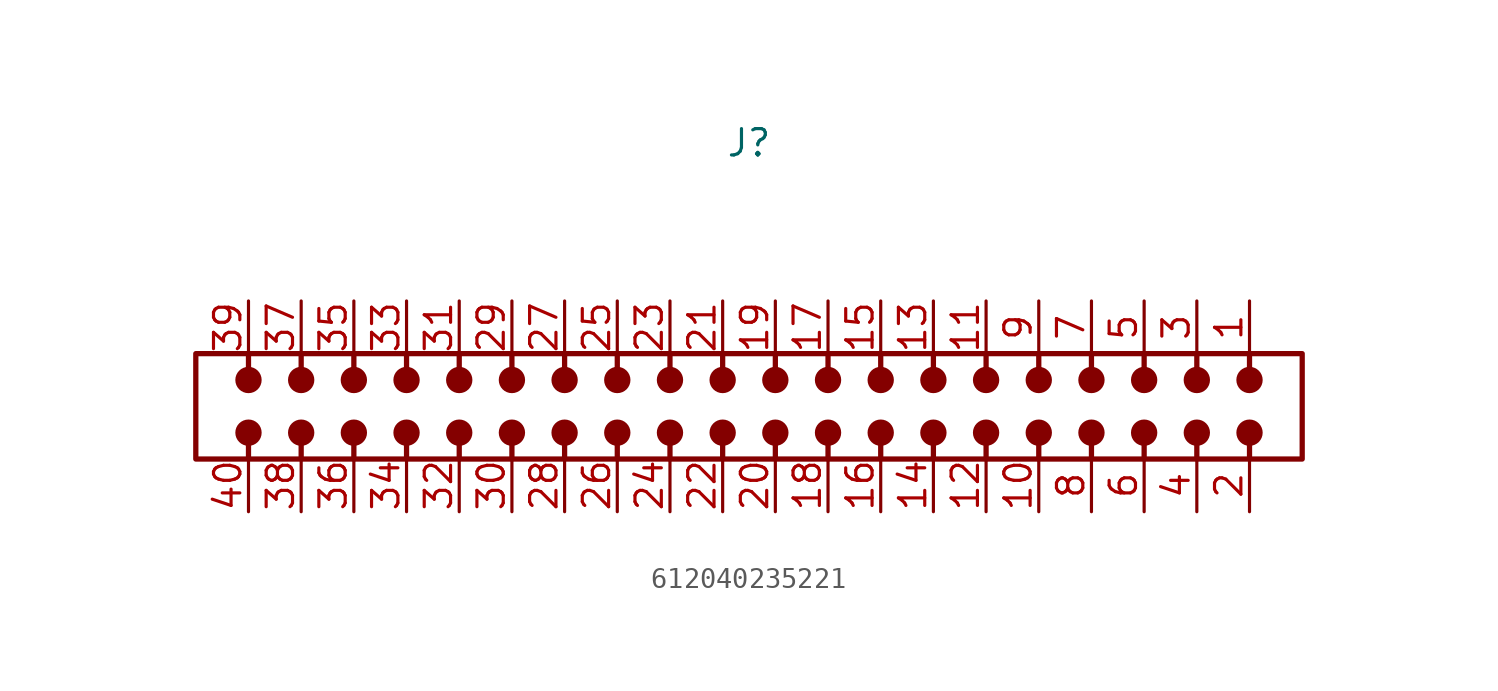
<source format=kicad_sym>
(kicad_symbol_lib
  (version 20241209)
  (generator "kicad_symbol_editor")
  (generator_version "9.0")
  (symbol "612040235221"
    (pin_names
      (hide yes))
    (property "Reference" "J"
      (at 0 12.7 0)
      (effects (font (size 1.27 1.27))))
    (symbol "612040235221_1_1"
      (rectangle (start -26.67 2.54) (end 26.67 -2.54) (stroke (width 0.254) (type solid)) (fill (type none)))
      (polyline (pts (xy -24.13 1.778) (xy -24.13 2.54)) (stroke (width 0.254) (type solid)) (fill (type none)))
      (circle (center -24.13 1.27) (radius 0.508) (stroke (width 0.254) (type solid)) (fill (type outline)))
      (circle (center -24.13 -1.27) (radius 0.508) (stroke (width 0.254) (type solid)) (fill (type outline)))
      (polyline (pts (xy -24.13 -1.778) (xy -24.13 -2.54)) (stroke (width 0.254) (type solid)) (fill (type none)))
      (polyline (pts (xy -21.59 1.778) (xy -21.59 2.54)) (stroke (width 0.254) (type solid)) (fill (type none)))
      (circle (center -21.59 1.27) (radius 0.508) (stroke (width 0.254) (type solid)) (fill (type outline)))
      (circle (center -21.59 -1.27) (radius 0.508) (stroke (width 0.254) (type solid)) (fill (type outline)))
      (polyline (pts (xy -21.59 -1.778) (xy -21.59 -2.54)) (stroke (width 0.254) (type solid)) (fill (type none)))
      (polyline (pts (xy -19.05 1.778) (xy -19.05 2.54)) (stroke (width 0.254) (type solid)) (fill (type none)))
      (circle (center -19.05 1.27) (radius 0.508) (stroke (width 0.254) (type solid)) (fill (type outline)))
      (circle (center -19.05 -1.27) (radius 0.508) (stroke (width 0.254) (type solid)) (fill (type outline)))
      (polyline (pts (xy -19.05 -1.778) (xy -19.05 -2.54)) (stroke (width 0.254) (type solid)) (fill (type none)))
      (polyline (pts (xy -16.51 1.778) (xy -16.51 2.54)) (stroke (width 0.254) (type solid)) (fill (type none)))
      (circle (center -16.51 1.27) (radius 0.508) (stroke (width 0.254) (type solid)) (fill (type outline)))
      (circle (center -16.51 -1.27) (radius 0.508) (stroke (width 0.254) (type solid)) (fill (type outline)))
      (polyline (pts (xy -16.51 -1.778) (xy -16.51 -2.54)) (stroke (width 0.254) (type solid)) (fill (type none)))
      (polyline (pts (xy -13.97 1.778) (xy -13.97 2.54)) (stroke (width 0.254) (type solid)) (fill (type none)))
      (circle (center -13.97 1.27) (radius 0.508) (stroke (width 0.254) (type solid)) (fill (type outline)))
      (circle (center -13.97 -1.27) (radius 0.508) (stroke (width 0.254) (type solid)) (fill (type outline)))
      (polyline (pts (xy -13.97 -1.778) (xy -13.97 -2.54)) (stroke (width 0.254) (type solid)) (fill (type none)))
      (polyline (pts (xy -11.43 1.778) (xy -11.43 2.54)) (stroke (width 0.254) (type solid)) (fill (type none)))
      (circle (center -11.43 1.27) (radius 0.508) (stroke (width 0.254) (type solid)) (fill (type outline)))
      (circle (center -11.43 -1.27) (radius 0.508) (stroke (width 0.254) (type solid)) (fill (type outline)))
      (polyline (pts (xy -11.43 -1.778) (xy -11.43 -2.54)) (stroke (width 0.254) (type solid)) (fill (type none)))
      (polyline (pts (xy -8.89 1.778) (xy -8.89 2.54)) (stroke (width 0.254) (type solid)) (fill (type none)))
      (circle (center -8.89 1.27) (radius 0.508) (stroke (width 0.254) (type solid)) (fill (type outline)))
      (circle (center -8.89 -1.27) (radius 0.508) (stroke (width 0.254) (type solid)) (fill (type outline)))
      (polyline (pts (xy -8.89 -1.778) (xy -8.89 -2.54)) (stroke (width 0.254) (type solid)) (fill (type none)))
      (polyline (pts (xy -6.35 1.778) (xy -6.35 2.54)) (stroke (width 0.254) (type solid)) (fill (type none)))
      (circle (center -6.35 1.27) (radius 0.508) (stroke (width 0.254) (type solid)) (fill (type outline)))
      (circle (center -6.35 -1.27) (radius 0.508) (stroke (width 0.254) (type solid)) (fill (type outline)))
      (polyline (pts (xy -6.35 -1.778) (xy -6.35 -2.54)) (stroke (width 0.254) (type solid)) (fill (type none)))
      (polyline (pts (xy -3.81 1.778) (xy -3.81 2.54)) (stroke (width 0.254) (type solid)) (fill (type none)))
      (circle (center -3.81 1.27) (radius 0.508) (stroke (width 0.254) (type solid)) (fill (type outline)))
      (circle (center -3.81 -1.27) (radius 0.508) (stroke (width 0.254) (type solid)) (fill (type outline)))
      (polyline (pts (xy -3.81 -1.778) (xy -3.81 -2.54)) (stroke (width 0.254) (type solid)) (fill (type none)))
      (polyline (pts (xy -1.27 1.778) (xy -1.27 2.54)) (stroke (width 0.254) (type solid)) (fill (type none)))
      (circle (center -1.27 1.27) (radius 0.508) (stroke (width 0.254) (type solid)) (fill (type outline)))
      (circle (center -1.27 -1.27) (radius 0.508) (stroke (width 0.254) (type solid)) (fill (type outline)))
      (polyline (pts (xy -1.27 -1.778) (xy -1.27 -2.54)) (stroke (width 0.254) (type solid)) (fill (type none)))
      (polyline (pts (xy 1.27 1.778) (xy 1.27 2.54)) (stroke (width 0.254) (type solid)) (fill (type none)))
      (circle (center 1.27 1.27) (radius 0.508) (stroke (width 0.254) (type solid)) (fill (type outline)))
      (circle (center 1.27 -1.27) (radius 0.508) (stroke (width 0.254) (type solid)) (fill (type outline)))
      (polyline (pts (xy 1.27 -1.778) (xy 1.27 -2.54)) (stroke (width 0.254) (type solid)) (fill (type none)))
      (polyline (pts (xy 3.81 1.778) (xy 3.81 2.54)) (stroke (width 0.254) (type solid)) (fill (type none)))
      (circle (center 3.81 1.27) (radius 0.508) (stroke (width 0.254) (type solid)) (fill (type outline)))
      (circle (center 3.81 -1.27) (radius 0.508) (stroke (width 0.254) (type solid)) (fill (type outline)))
      (polyline (pts (xy 3.81 -1.778) (xy 3.81 -2.54)) (stroke (width 0.254) (type solid)) (fill (type none)))
      (polyline (pts (xy 6.35 1.778) (xy 6.35 2.54)) (stroke (width 0.254) (type solid)) (fill (type none)))
      (circle (center 6.35 1.27) (radius 0.508) (stroke (width 0.254) (type solid)) (fill (type outline)))
      (circle (center 6.35 -1.27) (radius 0.508) (stroke (width 0.254) (type solid)) (fill (type outline)))
      (polyline (pts (xy 6.35 -1.778) (xy 6.35 -2.54)) (stroke (width 0.254) (type solid)) (fill (type none)))
      (polyline (pts (xy 8.89 1.778) (xy 8.89 2.54)) (stroke (width 0.254) (type solid)) (fill (type none)))
      (circle (center 8.89 1.27) (radius 0.508) (stroke (width 0.254) (type solid)) (fill (type outline)))
      (circle (center 8.89 -1.27) (radius 0.508) (stroke (width 0.254) (type solid)) (fill (type outline)))
      (polyline (pts (xy 8.89 -1.778) (xy 8.89 -2.54)) (stroke (width 0.254) (type solid)) (fill (type none)))
      (polyline (pts (xy 11.43 1.778) (xy 11.43 2.54)) (stroke (width 0.254) (type solid)) (fill (type none)))
      (circle (center 11.43 1.27) (radius 0.508) (stroke (width 0.254) (type solid)) (fill (type outline)))
      (circle (center 11.43 -1.27) (radius 0.508) (stroke (width 0.254) (type solid)) (fill (type outline)))
      (polyline (pts (xy 11.43 -1.778) (xy 11.43 -2.54)) (stroke (width 0.254) (type solid)) (fill (type none)))
      (polyline (pts (xy 13.97 1.778) (xy 13.97 2.54)) (stroke (width 0.254) (type solid)) (fill (type none)))
      (circle (center 13.97 1.27) (radius 0.508) (stroke (width 0.254) (type solid)) (fill (type outline)))
      (circle (center 13.97 -1.27) (radius 0.508) (stroke (width 0.254) (type solid)) (fill (type outline)))
      (polyline (pts (xy 13.97 -1.778) (xy 13.97 -2.54)) (stroke (width 0.254) (type solid)) (fill (type none)))
      (polyline (pts (xy 16.51 1.778) (xy 16.51 2.54)) (stroke (width 0.254) (type solid)) (fill (type none)))
      (circle (center 16.51 1.27) (radius 0.508) (stroke (width 0.254) (type solid)) (fill (type outline)))
      (circle (center 16.51 -1.27) (radius 0.508) (stroke (width 0.254) (type solid)) (fill (type outline)))
      (polyline (pts (xy 16.51 -1.778) (xy 16.51 -2.54)) (stroke (width 0.254) (type solid)) (fill (type none)))
      (polyline (pts (xy 19.05 1.778) (xy 19.05 2.54)) (stroke (width 0.254) (type solid)) (fill (type none)))
      (circle (center 19.05 1.27) (radius 0.508) (stroke (width 0.254) (type solid)) (fill (type outline)))
      (circle (center 19.05 -1.27) (radius 0.508) (stroke (width 0.254) (type solid)) (fill (type outline)))
      (polyline (pts (xy 19.05 -1.778) (xy 19.05 -2.54)) (stroke (width 0.254) (type solid)) (fill (type none)))
      (polyline (pts (xy 21.59 1.778) (xy 21.59 2.54)) (stroke (width 0.254) (type solid)) (fill (type none)))
      (circle (center 21.59 1.27) (radius 0.508) (stroke (width 0.254) (type solid)) (fill (type outline)))
      (circle (center 21.59 -1.27) (radius 0.508) (stroke (width 0.254) (type solid)) (fill (type outline)))
      (polyline (pts (xy 21.59 -1.778) (xy 21.59 -2.54)) (stroke (width 0.254) (type solid)) (fill (type none)))
      (polyline (pts (xy 24.13 1.778) (xy 24.13 2.54)) (stroke (width 0.254) (type solid)) (fill (type none)))
      (circle (center 24.13 1.27) (radius 0.508) (stroke (width 0.254) (type solid)) (fill (type outline)))
      (circle (center 24.13 -1.27) (radius 0.508) (stroke (width 0.254) (type solid)) (fill (type outline)))
      (polyline (pts (xy 24.13 -1.778) (xy 24.13 -2.54)) (stroke (width 0.254) (type solid)) (fill (type none)))
      (pin passive line (at -24.13 5.08 270) (length 2.54) (name "39" (effects (font (size 1.27 1.27)))) (number "39" (effects (font (size 1.27 1.27)))))
      (pin passive line (at -24.13 -5.08 90) (length 2.54) (name "40" (effects (font (size 1.27 1.27)))) (number "40" (effects (font (size 1.27 1.27)))))
      (pin passive line (at -21.59 5.08 270) (length 2.54) (name "37" (effects (font (size 1.27 1.27)))) (number "37" (effects (font (size 1.27 1.27)))))
      (pin passive line (at -21.59 -5.08 90) (length 2.54) (name "38" (effects (font (size 1.27 1.27)))) (number "38" (effects (font (size 1.27 1.27)))))
      (pin passive line (at -19.05 5.08 270) (length 2.54) (name "35" (effects (font (size 1.27 1.27)))) (number "35" (effects (font (size 1.27 1.27)))))
      (pin passive line (at -19.05 -5.08 90) (length 2.54) (name "36" (effects (font (size 1.27 1.27)))) (number "36" (effects (font (size 1.27 1.27)))))
      (pin passive line (at -16.51 5.08 270) (length 2.54) (name "33" (effects (font (size 1.27 1.27)))) (number "33" (effects (font (size 1.27 1.27)))))
      (pin passive line (at -16.51 -5.08 90) (length 2.54) (name "34" (effects (font (size 1.27 1.27)))) (number "34" (effects (font (size 1.27 1.27)))))
      (pin passive line (at -13.97 5.08 270) (length 2.54) (name "31" (effects (font (size 1.27 1.27)))) (number "31" (effects (font (size 1.27 1.27)))))
      (pin passive line (at -13.97 -5.08 90) (length 2.54) (name "32" (effects (font (size 1.27 1.27)))) (number "32" (effects (font (size 1.27 1.27)))))
      (pin passive line (at -11.43 5.08 270) (length 2.54) (name "29" (effects (font (size 1.27 1.27)))) (number "29" (effects (font (size 1.27 1.27)))))
      (pin passive line (at -11.43 -5.08 90) (length 2.54) (name "30" (effects (font (size 1.27 1.27)))) (number "30" (effects (font (size 1.27 1.27)))))
      (pin passive line (at -8.89 5.08 270) (length 2.54) (name "27" (effects (font (size 1.27 1.27)))) (number "27" (effects (font (size 1.27 1.27)))))
      (pin passive line (at -8.89 -5.08 90) (length 2.54) (name "28" (effects (font (size 1.27 1.27)))) (number "28" (effects (font (size 1.27 1.27)))))
      (pin passive line (at -6.35 5.08 270) (length 2.54) (name "25" (effects (font (size 1.27 1.27)))) (number "25" (effects (font (size 1.27 1.27)))))
      (pin passive line (at -6.35 -5.08 90) (length 2.54) (name "26" (effects (font (size 1.27 1.27)))) (number "26" (effects (font (size 1.27 1.27)))))
      (pin passive line (at -3.81 5.08 270) (length 2.54) (name "23" (effects (font (size 1.27 1.27)))) (number "23" (effects (font (size 1.27 1.27)))))
      (pin passive line (at -3.81 -5.08 90) (length 2.54) (name "24" (effects (font (size 1.27 1.27)))) (number "24" (effects (font (size 1.27 1.27)))))
      (pin passive line (at -1.27 5.08 270) (length 2.54) (name "21" (effects (font (size 1.27 1.27)))) (number "21" (effects (font (size 1.27 1.27)))))
      (pin passive line (at -1.27 -5.08 90) (length 2.54) (name "22" (effects (font (size 1.27 1.27)))) (number "22" (effects (font (size 1.27 1.27)))))
      (pin passive line (at 1.27 5.08 270) (length 2.54) (name "19" (effects (font (size 1.27 1.27)))) (number "19" (effects (font (size 1.27 1.27)))))
      (pin passive line (at 1.27 -5.08 90) (length 2.54) (name "20" (effects (font (size 1.27 1.27)))) (number "20" (effects (font (size 1.27 1.27)))))
      (pin passive line (at 3.81 5.08 270) (length 2.54) (name "17" (effects (font (size 1.27 1.27)))) (number "17" (effects (font (size 1.27 1.27)))))
      (pin passive line (at 3.81 -5.08 90) (length 2.54) (name "18" (effects (font (size 1.27 1.27)))) (number "18" (effects (font (size 1.27 1.27)))))
      (pin passive line (at 6.35 5.08 270) (length 2.54) (name "15" (effects (font (size 1.27 1.27)))) (number "15" (effects (font (size 1.27 1.27)))))
      (pin passive line (at 6.35 -5.08 90) (length 2.54) (name "16" (effects (font (size 1.27 1.27)))) (number "16" (effects (font (size 1.27 1.27)))))
      (pin passive line (at 8.89 5.08 270) (length 2.54) (name "13" (effects (font (size 1.27 1.27)))) (number "13" (effects (font (size 1.27 1.27)))))
      (pin passive line (at 8.89 -5.08 90) (length 2.54) (name "14" (effects (font (size 1.27 1.27)))) (number "14" (effects (font (size 1.27 1.27)))))
      (pin passive line (at 11.43 5.08 270) (length 2.54) (name "11" (effects (font (size 1.27 1.27)))) (number "11" (effects (font (size 1.27 1.27)))))
      (pin passive line (at 11.43 -5.08 90) (length 2.54) (name "12" (effects (font (size 1.27 1.27)))) (number "12" (effects (font (size 1.27 1.27)))))
      (pin passive line (at 13.97 5.08 270) (length 2.54) (name "9" (effects (font (size 1.27 1.27)))) (number "9" (effects (font (size 1.27 1.27)))))
      (pin passive line (at 13.97 -5.08 90) (length 2.54) (name "10" (effects (font (size 1.27 1.27)))) (number "10" (effects (font (size 1.27 1.27)))))
      (pin passive line (at 16.51 5.08 270) (length 2.54) (name "7" (effects (font (size 1.27 1.27)))) (number "7" (effects (font (size 1.27 1.27)))))
      (pin passive line (at 16.51 -5.08 90) (length 2.54) (name "8" (effects (font (size 1.27 1.27)))) (number "8" (effects (font (size 1.27 1.27)))))
      (pin passive line (at 19.05 5.08 270) (length 2.54) (name "5" (effects (font (size 1.27 1.27)))) (number "5" (effects (font (size 1.27 1.27)))))
      (pin passive line (at 19.05 -5.08 90) (length 2.54) (name "6" (effects (font (size 1.27 1.27)))) (number "6" (effects (font (size 1.27 1.27)))))
      (pin passive line (at 21.59 5.08 270) (length 2.54) (name "3" (effects (font (size 1.27 1.27)))) (number "3" (effects (font (size 1.27 1.27)))))
      (pin passive line (at 21.59 -5.08 90) (length 2.54) (name "4" (effects (font (size 1.27 1.27)))) (number "4" (effects (font (size 1.27 1.27)))))
      (pin passive line (at 24.13 5.08 270) (length 2.54) (name "1" (effects (font (size 1.27 1.27)))) (number "1" (effects (font (size 1.27 1.27)))))
      (pin passive line (at 24.13 -5.08 90) (length 2.54) (name "2" (effects (font (size 1.27 1.27)))) (number "2" (effects (font (size 1.27 1.27))))))))
</source>
